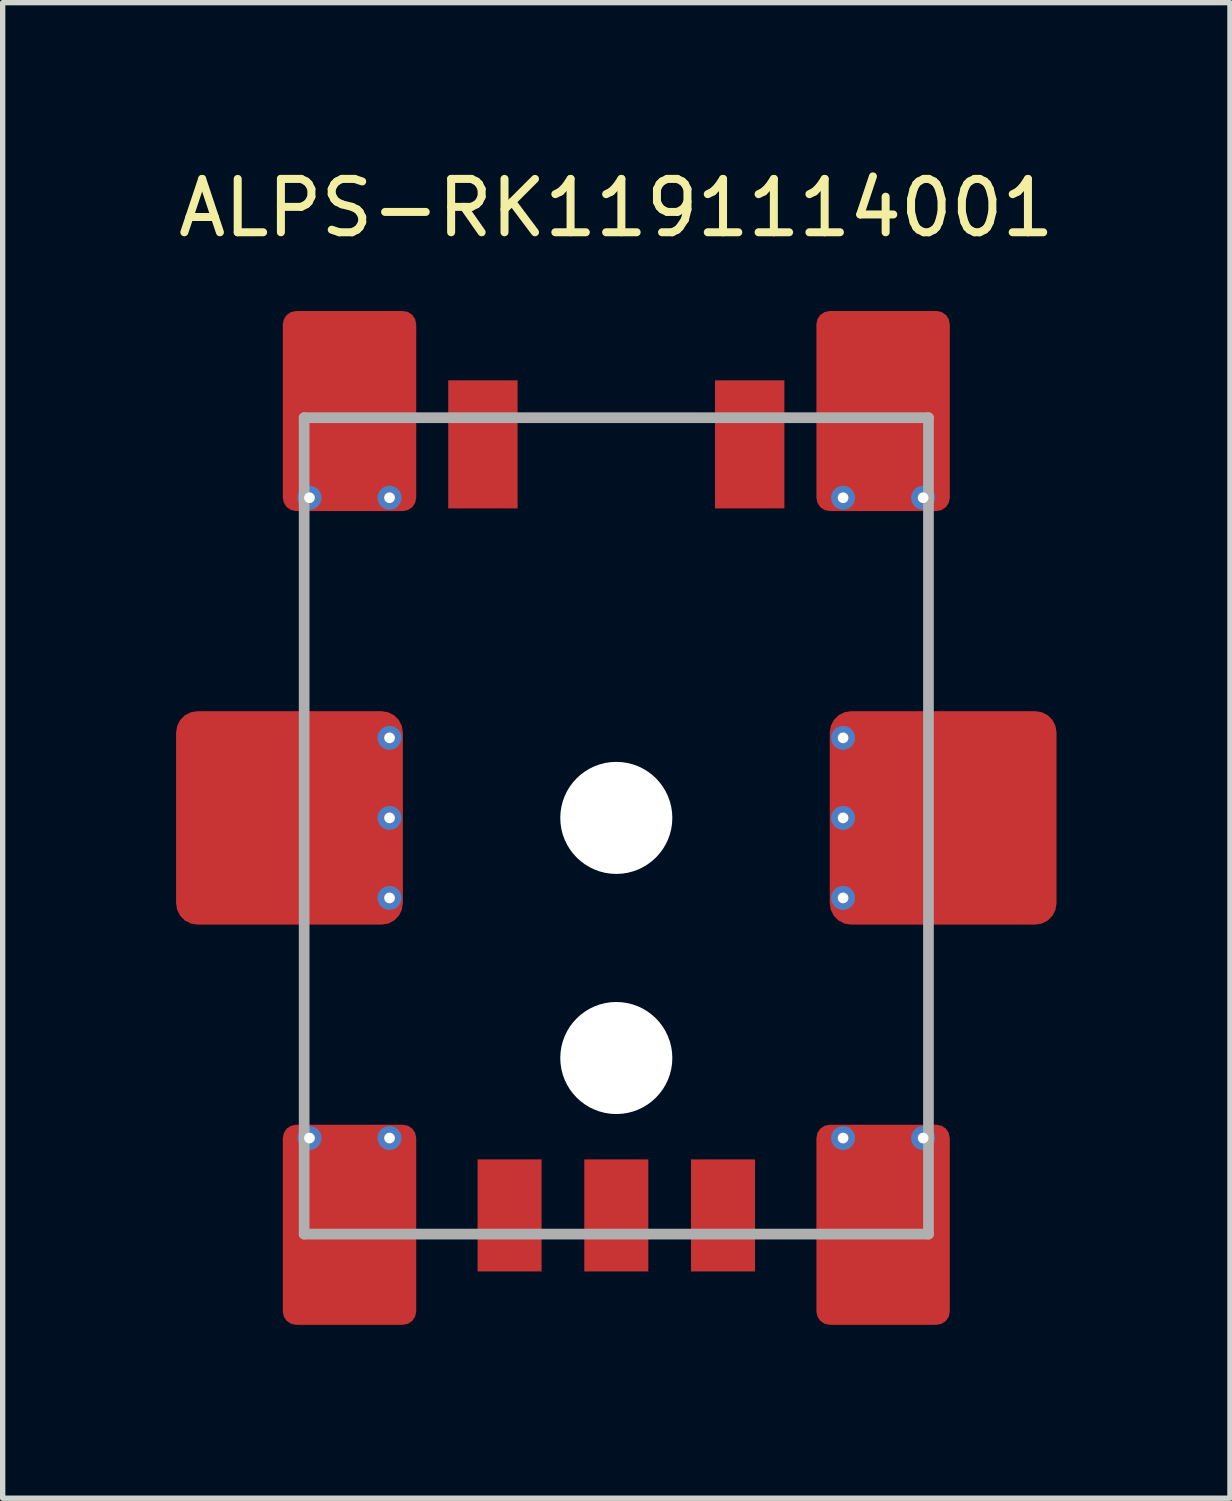
<source format=kicad_pcb>
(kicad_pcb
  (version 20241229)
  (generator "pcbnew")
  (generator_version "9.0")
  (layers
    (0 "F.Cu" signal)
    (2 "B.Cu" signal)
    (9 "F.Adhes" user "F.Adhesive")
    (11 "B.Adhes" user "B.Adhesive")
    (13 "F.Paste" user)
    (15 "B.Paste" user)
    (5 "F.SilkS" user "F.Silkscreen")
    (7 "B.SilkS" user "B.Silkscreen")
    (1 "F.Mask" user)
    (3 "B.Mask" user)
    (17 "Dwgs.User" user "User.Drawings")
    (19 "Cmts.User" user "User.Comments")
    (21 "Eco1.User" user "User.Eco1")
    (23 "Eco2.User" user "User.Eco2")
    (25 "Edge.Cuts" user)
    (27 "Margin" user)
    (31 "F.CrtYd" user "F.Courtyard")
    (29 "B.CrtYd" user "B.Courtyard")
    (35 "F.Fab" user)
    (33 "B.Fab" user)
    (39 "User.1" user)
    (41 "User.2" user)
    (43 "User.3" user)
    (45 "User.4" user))
  (footprint "ALPS-RK1191114001"
    (layer "F.Cu")
    (at 8.5 12.278)
    (property "Reference" "ALPS-RK1191114001" (at 0 -11.43 0) (unlocked yes) (layer "F.SilkS") (effects (font (size 1 1) (thickness 0.15))))
    (attr allow_missing_courtyard)
    (fp_line (start -5.85 -5.5) (end -5.85 -3) (stroke (width 0.1) (type solid)) (layer "F.SilkS"))
    (fp_line (start -5.85 3) (end -5.85 5.5) (stroke (width 0.1) (type solid)) (layer "F.SilkS"))
    (fp_line (start -1 -7.5) (end 1 -7.5) (stroke (width 0.1) (type solid)) (layer "F.SilkS"))
    (fp_line (start 5.85 -5.5) (end 5.85 -3) (stroke (width 0.1) (type solid)) (layer "F.SilkS"))
    (fp_line (start 5.85 3) (end 5.85 5.5) (stroke (width 0.1) (type solid)) (layer "F.SilkS"))
    (fp_line (start -5.85 -7.5) (end 5.85 -7.5) (stroke (width 0.2) (type solid)) (layer "F.Fab"))
    (fp_line (start -5.85 7.8) (end -5.85 -7.5) (stroke (width 0.2) (type solid)) (layer "F.Fab"))
    (fp_line (start 5.85 -7.5) (end 5.85 7.8) (stroke (width 0.2) (type solid)) (layer "F.Fab"))
    (fp_line (start 5.85 7.8) (end -5.85 7.8) (stroke (width 0.2) (type solid)) (layer "F.Fab"))
    (pad "" smd roundrect (at -6.5 0 90) (size 5 4) (layers "F.Paste") (roundrect_rratio 0.25))
    (pad "" smd roundrect (at -6.375 0 90) (size 4 3.75) (layers "F.Mask") (roundrect_rratio 0.1))
    (pad "" smd roundrect (at -5.25 -8.025 90) (size 3.45 3) (layers "F.Paste") (roundrect_rratio 0.25))
    (pad "" smd roundrect (at -5.25 8.025 90) (size 3.45 3) (layers "F.Paste") (roundrect_rratio 0.25))
    (pad "" smd roundrect (at -5 -7.9 90) (size 3.2 2.5) (layers "F.Mask") (roundrect_rratio 0.1))
    (pad "" smd roundrect (at -5 7.9 90) (size 3.2 2.5) (layers "F.Mask") (roundrect_rratio 0.1))
    (pad "" np_thru_hole circle (at 0 0) (size 2.1 2.1) (drill 2.1) (layers "*.Cu" "*.Mask"))
    (pad "" np_thru_hole circle (at 0 4.5) (size 2.1 2.1) (drill 2.1) (layers "*.Cu" "*.Mask"))
    (pad "" smd roundrect (at 5 -7.9 90) (size 3.2 2.5) (layers "F.Mask") (roundrect_rratio 0.1))
    (pad "" smd roundrect (at 5 7.9 90) (size 3.2 2.5) (layers "F.Mask") (roundrect_rratio 0.1))
    (pad "" smd roundrect (at 5.25 -8.025 90) (size 3.45 3) (layers "F.Paste") (roundrect_rratio 0.25))
    (pad "" smd roundrect (at 5.25 8.025 90) (size 3.45 3) (layers "F.Paste") (roundrect_rratio 0.25))
    (pad "" smd roundrect (at 6.375 0 90) (size 4 3.75) (layers "F.Mask") (roundrect_rratio 0.1))
    (pad "" smd roundrect (at 6.5 0 90) (size 5 4) (layers "F.Paste") (roundrect_rratio 0.25))
    (pad "1" smd rect (at -2 7.45 90) (size 2.1 1.2) (layers "F.Cu" "F.Mask" "F.Paste"))
    (pad "2" smd rect (at 0 7.45 90) (size 2.1 1.2) (layers "F.Cu" "F.Mask" "F.Paste"))
    (pad "3" smd rect (at 2 7.45 90) (size 2.1 1.2) (layers "F.Cu" "F.Mask" "F.Paste"))
    (pad "4" smd rect (at -2.5 -7 90) (size 2.4 1.3) (layers "F.Cu" "F.Mask" "F.Paste"))
    (pad "5" smd rect (at 2.5 -7 90) (size 2.4 1.3) (layers "F.Cu" "F.Mask" "F.Paste"))
    (pad "MP" smd roundrect (at -6.125 0 90) (size 4 4.25) (layers "F.Cu") (roundrect_rratio 0.1))
    (pad "MP" thru_hole circle (at -5.75 -6) (size 0.45 0.45) (drill 0.2) (layers "*.Cu") (remove_unused_layers yes) (keep_end_layers yes) (zone_layer_connections))
    (pad "MP" thru_hole circle (at -5.75 6) (size 0.45 0.45) (drill 0.2) (layers "*.Cu") (remove_unused_layers yes) (keep_end_layers yes) (zone_layer_connections))
    (pad "MP" smd roundrect (at -5 -7.625 90) (size 3.75 2.5) (layers "F.Cu") (roundrect_rratio 0.1))
    (pad "MP" smd roundrect (at -5 7.625 90) (size 3.75 2.5) (layers "F.Cu") (roundrect_rratio 0.1))
    (pad "MP" thru_hole circle (at -4.25 -6) (size 0.45 0.45) (drill 0.2) (layers "*.Cu") (remove_unused_layers yes) (keep_end_layers yes) (zone_layer_connections))
    (pad "MP" thru_hole circle (at -4.25 -1.5) (size 0.45 0.45) (drill 0.2) (layers "*.Cu") (remove_unused_layers yes) (keep_end_layers yes) (zone_layer_connections))
    (pad "MP" thru_hole circle (at -4.25 0) (size 0.45 0.45) (drill 0.2) (layers "*.Cu") (remove_unused_layers yes) (keep_end_layers yes) (zone_layer_connections))
    (pad "MP" thru_hole circle (at -4.25 1.5) (size 0.45 0.45) (drill 0.2) (layers "*.Cu") (remove_unused_layers yes) (keep_end_layers yes) (zone_layer_connections))
    (pad "MP" thru_hole circle (at -4.25 6) (size 0.45 0.45) (drill 0.2) (layers "*.Cu") (remove_unused_layers yes) (keep_end_layers yes) (zone_layer_connections))
    (pad "MP" thru_hole circle (at 4.25 -6) (size 0.45 0.45) (drill 0.2) (layers "*.Cu") (remove_unused_layers yes) (keep_end_layers yes) (zone_layer_connections))
    (pad "MP" thru_hole circle (at 4.25 -1.5) (size 0.45 0.45) (drill 0.2) (layers "*.Cu") (remove_unused_layers yes) (keep_end_layers yes) (zone_layer_connections))
    (pad "MP" thru_hole circle (at 4.25 0) (size 0.45 0.45) (drill 0.2) (layers "*.Cu") (remove_unused_layers yes) (keep_end_layers yes) (zone_layer_connections))
    (pad "MP" thru_hole circle (at 4.25 1.5) (size 0.45 0.45) (drill 0.2) (layers "*.Cu") (remove_unused_layers yes) (keep_end_layers yes) (zone_layer_connections))
    (pad "MP" thru_hole circle (at 4.25 6) (size 0.45 0.45) (drill 0.2) (layers "*.Cu") (remove_unused_layers yes) (keep_end_layers yes) (zone_layer_connections))
    (pad "MP" smd roundrect (at 5 -7.625 90) (size 3.75 2.5) (layers "F.Cu") (roundrect_rratio 0.1))
    (pad "MP" smd roundrect (at 5 7.625 90) (size 3.75 2.5) (layers "F.Cu") (roundrect_rratio 0.1))
    (pad "MP" thru_hole circle (at 5.75 -6) (size 0.45 0.45) (drill 0.2) (layers "*.Cu") (remove_unused_layers yes) (keep_end_layers yes) (zone_layer_connections))
    (pad "MP" thru_hole circle (at 5.75 6) (size 0.45 0.45) (drill 0.2) (layers "*.Cu") (remove_unused_layers yes) (keep_end_layers yes) (zone_layer_connections))
    (pad "MP" smd roundrect (at 6.125 0 90) (size 4 4.25) (layers "F.Cu") (roundrect_rratio 0.1)))
  (gr_rect
    (start -3 -3)
    (end 20 25.028)
    (stroke (width 0.1) (type default))
    (fill no)
    (layer "Edge.Cuts")))
</source>
